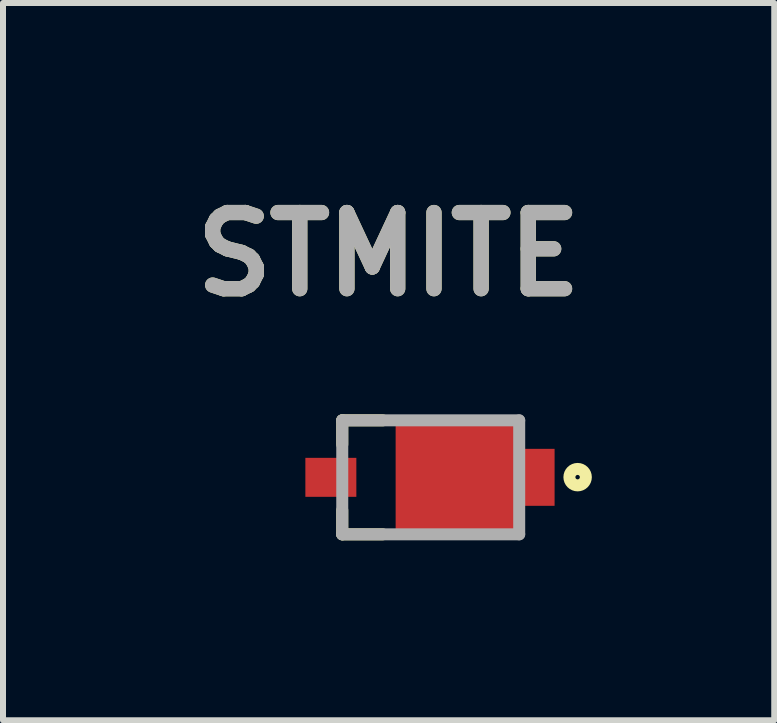
<source format=kicad_pcb>
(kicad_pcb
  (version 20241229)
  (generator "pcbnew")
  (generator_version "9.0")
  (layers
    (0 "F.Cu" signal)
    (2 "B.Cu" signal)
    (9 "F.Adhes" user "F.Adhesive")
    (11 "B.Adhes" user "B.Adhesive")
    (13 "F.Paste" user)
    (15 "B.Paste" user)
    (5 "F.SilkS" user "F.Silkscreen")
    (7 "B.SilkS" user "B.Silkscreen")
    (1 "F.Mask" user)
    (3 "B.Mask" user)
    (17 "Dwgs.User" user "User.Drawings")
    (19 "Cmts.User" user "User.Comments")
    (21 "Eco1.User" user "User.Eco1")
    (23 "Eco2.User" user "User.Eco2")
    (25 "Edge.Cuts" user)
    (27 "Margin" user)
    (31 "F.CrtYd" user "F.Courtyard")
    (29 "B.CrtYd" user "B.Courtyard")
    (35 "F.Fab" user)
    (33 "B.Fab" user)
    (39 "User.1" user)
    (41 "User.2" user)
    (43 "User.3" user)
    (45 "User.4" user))
  (footprint "STMITE"
    (layer "F.Cu")
    (at 4.131 4.908)
    (property "Reference" "STMITE" (at -0.702 -3.719 0) (layer "F.SilkS") (effects (font (size 1.27 1.27) (thickness 0.254))))
    (attr smd)
    (fp_line (start -1.475 -0.95) (end -1.475 -0.548) (stroke (width 0.2) (type solid)) (layer "F.SilkS"))
    (fp_line (start -1.475 -0.95) (end -0.799 -0.95) (stroke (width 0.2) (type solid)) (layer "F.SilkS"))
    (fp_line (start -1.475 0.95) (end -1.475 0.548) (stroke (width 0.2) (type solid)) (layer "F.SilkS"))
    (fp_line (start -1.475 0.95) (end -0.799 0.95) (stroke (width 0.2) (type solid)) (layer "F.SilkS"))
    (fp_circle (center 2.449 -0.003) (end 2.449 0.034) (stroke (width 0.2) (type solid)) (fill no) (layer "F.SilkS"))
    (fp_line (start -1.475 -0.95) (end 1.475 -0.95) (stroke (width 0.2) (type solid)) (layer "F.Fab"))
    (fp_line (start -1.475 0.95) (end -1.475 -0.95) (stroke (width 0.2) (type solid)) (layer "F.Fab"))
    (fp_line (start 1.475 -0.95) (end 1.475 0.95) (stroke (width 0.2) (type solid)) (layer "F.Fab"))
    (fp_line (start 1.475 0.95) (end -1.475 0.95) (stroke (width 0.2) (type solid)) (layer "F.Fab"))
    (fp_text user "${REFERENCE}" (at -0.702 -3.719 0) (layer "F.Fab") (effects (font (size 1.27 1.27) (thickness 0.254))))
    (pad "1" smd rect (at 0.415 0 90) (size 1.95 2) (layers "F.Cu" "F.Mask" "F.Paste"))
    (pad "1" smd rect (at 1.74 0) (size 0.65 0.95) (layers "F.Cu" "F.Mask" "F.Paste"))
    (pad "2" smd rect (at -1.665 0 90) (size 0.65 0.85) (layers "F.Cu" "F.Mask" "F.Paste")))
  (gr_rect
    (start -3 -3)
    (end 9.858 8.958)
    (stroke (width 0.1) (type default))
    (fill no)
    (layer "Edge.Cuts")))
</source>
